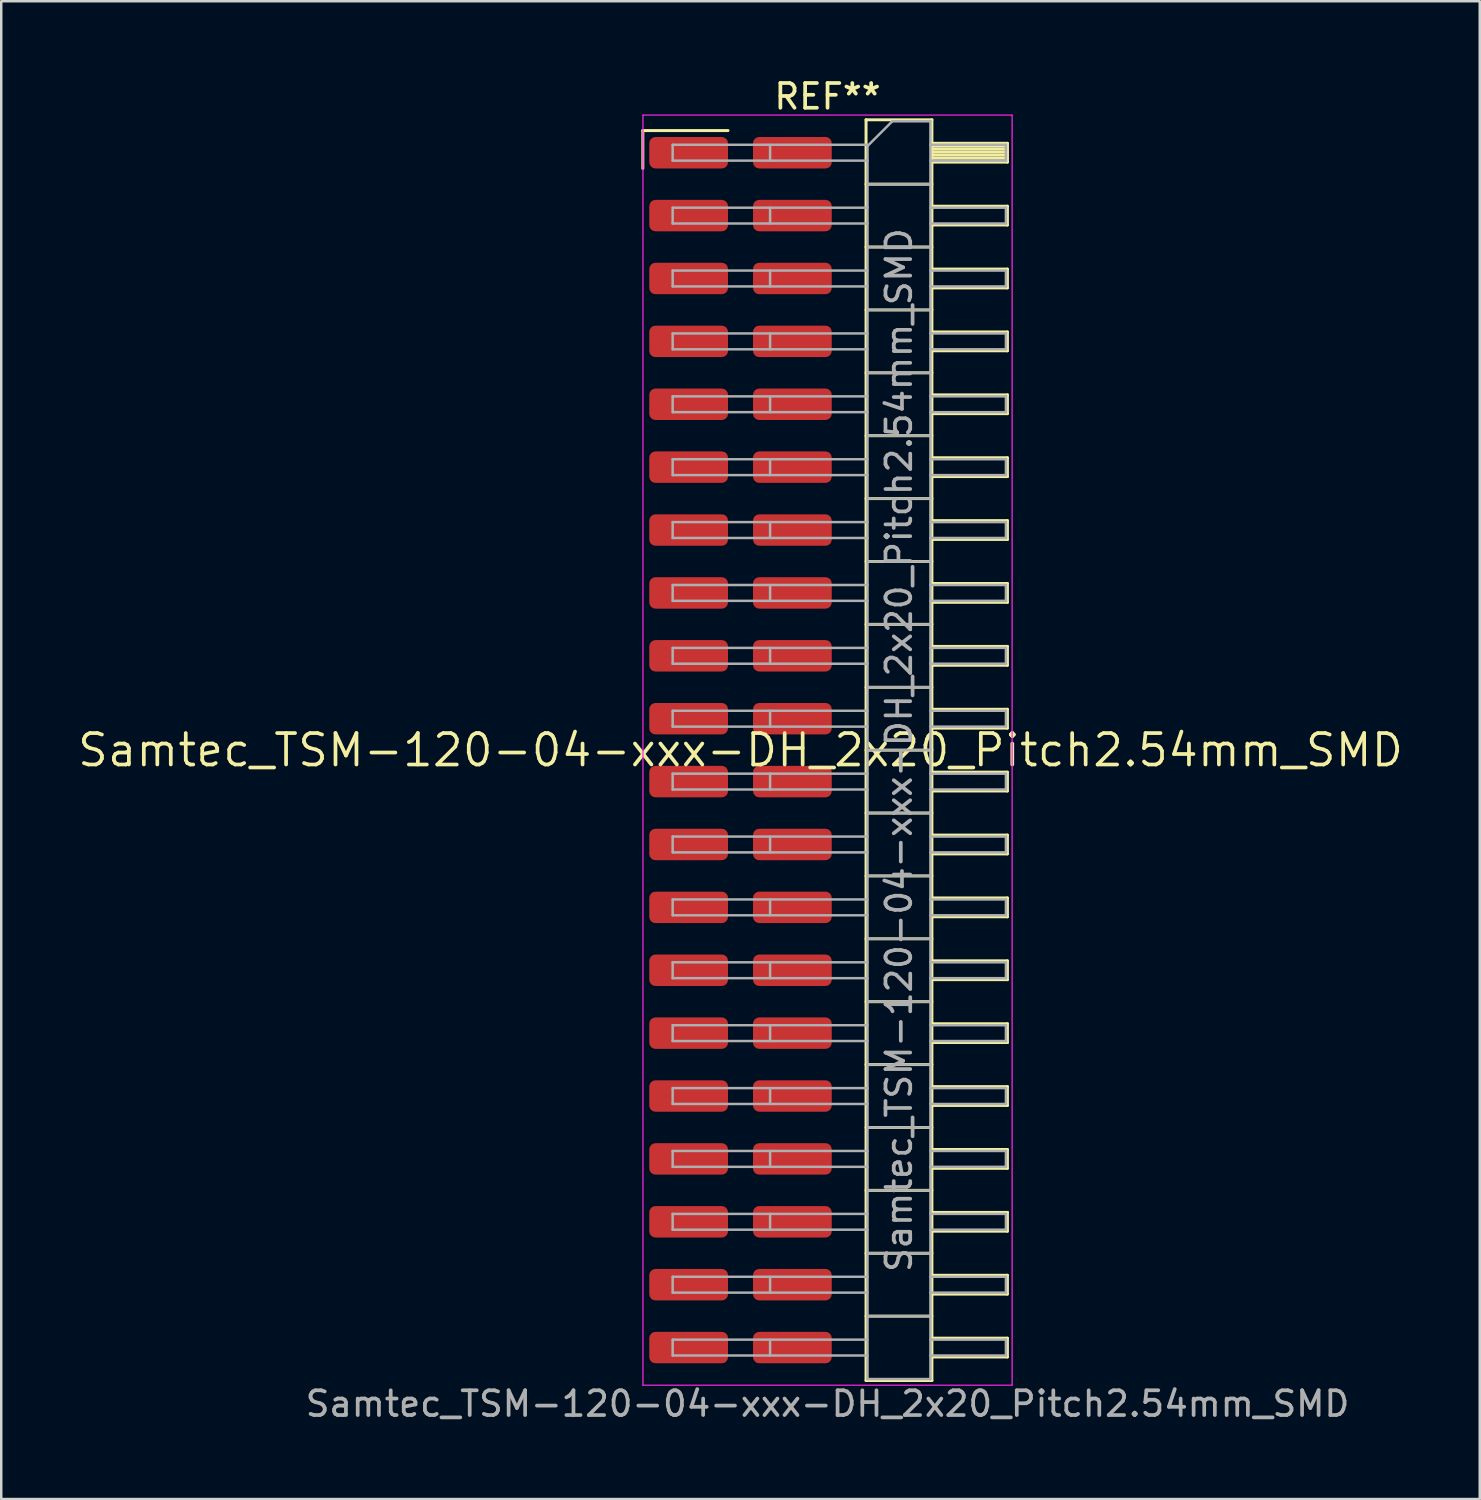
<source format=kicad_pcb>
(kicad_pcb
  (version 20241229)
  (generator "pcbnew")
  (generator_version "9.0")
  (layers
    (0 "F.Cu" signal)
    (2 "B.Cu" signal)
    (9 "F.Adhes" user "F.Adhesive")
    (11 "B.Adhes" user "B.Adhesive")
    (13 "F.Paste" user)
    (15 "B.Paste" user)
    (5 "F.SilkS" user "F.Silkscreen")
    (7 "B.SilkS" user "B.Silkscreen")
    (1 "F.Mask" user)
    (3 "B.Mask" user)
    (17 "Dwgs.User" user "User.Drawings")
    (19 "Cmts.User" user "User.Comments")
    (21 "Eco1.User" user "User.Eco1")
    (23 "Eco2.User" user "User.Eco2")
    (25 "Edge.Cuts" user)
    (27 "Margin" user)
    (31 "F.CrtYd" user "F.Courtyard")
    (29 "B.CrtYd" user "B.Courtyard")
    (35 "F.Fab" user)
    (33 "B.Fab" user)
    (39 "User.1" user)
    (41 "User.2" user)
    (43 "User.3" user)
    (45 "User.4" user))
  (footprint "Samtec_TSM-120-04-xxx-DH_2x20_Pitch2.54mm_SMD"
    (layer "F.Cu")
    (at 26.859 27.248)
    (property "Reference" "Samtec_TSM-120-04-xxx-DH_2x20_Pitch2.54mm_SMD" (at 0 0 0) (layer "F.SilkS") (effects (font (size 1.27 1.27) (thickness 0.15))))
    (attr smd)
    (fp_line (start -3.945 -25.025) (end -0.505 -25.025) (stroke (width 0.12) (type solid)) (layer "F.SilkS"))
    (fp_line (start -3.945 -23.495) (end -3.945 -25.025) (stroke (width 0.12) (type solid)) (layer "F.SilkS"))
    (fp_line (start 5.07 -25.46) (end 7.73 -25.46) (stroke (width 0.12) (type solid)) (layer "F.SilkS"))
    (fp_line (start 5.07 -22.86) (end 7.73 -22.86) (stroke (width 0.12) (type solid)) (layer "F.SilkS"))
    (fp_line (start 5.07 -20.32) (end 7.73 -20.32) (stroke (width 0.12) (type solid)) (layer "F.SilkS"))
    (fp_line (start 5.07 -17.78) (end 7.73 -17.78) (stroke (width 0.12) (type solid)) (layer "F.SilkS"))
    (fp_line (start 5.07 -15.24) (end 7.73 -15.24) (stroke (width 0.12) (type solid)) (layer "F.SilkS"))
    (fp_line (start 5.07 -12.7) (end 7.73 -12.7) (stroke (width 0.12) (type solid)) (layer "F.SilkS"))
    (fp_line (start 5.07 -10.16) (end 7.73 -10.16) (stroke (width 0.12) (type solid)) (layer "F.SilkS"))
    (fp_line (start 5.07 -7.62) (end 7.73 -7.62) (stroke (width 0.12) (type solid)) (layer "F.SilkS"))
    (fp_line (start 5.07 -5.08) (end 7.73 -5.08) (stroke (width 0.12) (type solid)) (layer "F.SilkS"))
    (fp_line (start 5.07 -2.54) (end 7.73 -2.54) (stroke (width 0.12) (type solid)) (layer "F.SilkS"))
    (fp_line (start 5.07 0) (end 7.73 0) (stroke (width 0.12) (type solid)) (layer "F.SilkS"))
    (fp_line (start 5.07 2.54) (end 7.73 2.54) (stroke (width 0.12) (type solid)) (layer "F.SilkS"))
    (fp_line (start 5.07 5.08) (end 7.73 5.08) (stroke (width 0.12) (type solid)) (layer "F.SilkS"))
    (fp_line (start 5.07 7.62) (end 7.73 7.62) (stroke (width 0.12) (type solid)) (layer "F.SilkS"))
    (fp_line (start 5.07 10.16) (end 7.73 10.16) (stroke (width 0.12) (type solid)) (layer "F.SilkS"))
    (fp_line (start 5.07 12.7) (end 7.73 12.7) (stroke (width 0.12) (type solid)) (layer "F.SilkS"))
    (fp_line (start 5.07 15.24) (end 7.73 15.24) (stroke (width 0.12) (type solid)) (layer "F.SilkS"))
    (fp_line (start 5.07 17.78) (end 7.73 17.78) (stroke (width 0.12) (type solid)) (layer "F.SilkS"))
    (fp_line (start 5.07 20.32) (end 7.73 20.32) (stroke (width 0.12) (type solid)) (layer "F.SilkS"))
    (fp_line (start 5.07 22.86) (end 7.73 22.86) (stroke (width 0.12) (type solid)) (layer "F.SilkS"))
    (fp_line (start 5.07 25.46) (end 5.07 -25.46) (stroke (width 0.12) (type solid)) (layer "F.SilkS"))
    (fp_line (start 7.73 -25.46) (end 7.73 25.46) (stroke (width 0.12) (type solid)) (layer "F.SilkS"))
    (fp_line (start 7.73 -24.51) (end 10.78 -24.51) (stroke (width 0.12) (type solid)) (layer "F.SilkS"))
    (fp_line (start 7.73 -24.39) (end 10.78 -24.39) (stroke (width 0.12) (type solid)) (layer "F.SilkS"))
    (fp_line (start 7.73 -24.27) (end 10.78 -24.27) (stroke (width 0.12) (type solid)) (layer "F.SilkS"))
    (fp_line (start 7.73 -24.15) (end 10.78 -24.15) (stroke (width 0.12) (type solid)) (layer "F.SilkS"))
    (fp_line (start 7.73 -24.03) (end 10.78 -24.03) (stroke (width 0.12) (type solid)) (layer "F.SilkS"))
    (fp_line (start 7.73 -23.91) (end 10.78 -23.91) (stroke (width 0.12) (type solid)) (layer "F.SilkS"))
    (fp_line (start 7.73 -23.79) (end 10.78 -23.79) (stroke (width 0.12) (type solid)) (layer "F.SilkS"))
    (fp_line (start 7.73 -23.75) (end 10.78 -23.75) (stroke (width 0.12) (type solid)) (layer "F.SilkS"))
    (fp_line (start 7.73 -21.97) (end 10.78 -21.97) (stroke (width 0.12) (type solid)) (layer "F.SilkS"))
    (fp_line (start 7.73 -21.21) (end 10.78 -21.21) (stroke (width 0.12) (type solid)) (layer "F.SilkS"))
    (fp_line (start 7.73 -19.43) (end 10.78 -19.43) (stroke (width 0.12) (type solid)) (layer "F.SilkS"))
    (fp_line (start 7.73 -18.67) (end 10.78 -18.67) (stroke (width 0.12) (type solid)) (layer "F.SilkS"))
    (fp_line (start 7.73 -16.89) (end 10.78 -16.89) (stroke (width 0.12) (type solid)) (layer "F.SilkS"))
    (fp_line (start 7.73 -16.13) (end 10.78 -16.13) (stroke (width 0.12) (type solid)) (layer "F.SilkS"))
    (fp_line (start 7.73 -14.35) (end 10.78 -14.35) (stroke (width 0.12) (type solid)) (layer "F.SilkS"))
    (fp_line (start 7.73 -13.59) (end 10.78 -13.59) (stroke (width 0.12) (type solid)) (layer "F.SilkS"))
    (fp_line (start 7.73 -11.81) (end 10.78 -11.81) (stroke (width 0.12) (type solid)) (layer "F.SilkS"))
    (fp_line (start 7.73 -11.05) (end 10.78 -11.05) (stroke (width 0.12) (type solid)) (layer "F.SilkS"))
    (fp_line (start 7.73 -9.27) (end 10.78 -9.27) (stroke (width 0.12) (type solid)) (layer "F.SilkS"))
    (fp_line (start 7.73 -8.51) (end 10.78 -8.51) (stroke (width 0.12) (type solid)) (layer "F.SilkS"))
    (fp_line (start 7.73 -6.73) (end 10.78 -6.73) (stroke (width 0.12) (type solid)) (layer "F.SilkS"))
    (fp_line (start 7.73 -5.97) (end 10.78 -5.97) (stroke (width 0.12) (type solid)) (layer "F.SilkS"))
    (fp_line (start 7.73 -4.19) (end 10.78 -4.19) (stroke (width 0.12) (type solid)) (layer "F.SilkS"))
    (fp_line (start 7.73 -3.43) (end 10.78 -3.43) (stroke (width 0.12) (type solid)) (layer "F.SilkS"))
    (fp_line (start 7.73 -1.65) (end 10.78 -1.65) (stroke (width 0.12) (type solid)) (layer "F.SilkS"))
    (fp_line (start 7.73 -0.89) (end 10.78 -0.89) (stroke (width 0.12) (type solid)) (layer "F.SilkS"))
    (fp_line (start 7.73 0.89) (end 10.78 0.89) (stroke (width 0.12) (type solid)) (layer "F.SilkS"))
    (fp_line (start 7.73 1.65) (end 10.78 1.65) (stroke (width 0.12) (type solid)) (layer "F.SilkS"))
    (fp_line (start 7.73 3.43) (end 10.78 3.43) (stroke (width 0.12) (type solid)) (layer "F.SilkS"))
    (fp_line (start 7.73 4.19) (end 10.78 4.19) (stroke (width 0.12) (type solid)) (layer "F.SilkS"))
    (fp_line (start 7.73 5.97) (end 10.78 5.97) (stroke (width 0.12) (type solid)) (layer "F.SilkS"))
    (fp_line (start 7.73 6.73) (end 10.78 6.73) (stroke (width 0.12) (type solid)) (layer "F.SilkS"))
    (fp_line (start 7.73 8.51) (end 10.78 8.51) (stroke (width 0.12) (type solid)) (layer "F.SilkS"))
    (fp_line (start 7.73 9.27) (end 10.78 9.27) (stroke (width 0.12) (type solid)) (layer "F.SilkS"))
    (fp_line (start 7.73 11.05) (end 10.78 11.05) (stroke (width 0.12) (type solid)) (layer "F.SilkS"))
    (fp_line (start 7.73 11.81) (end 10.78 11.81) (stroke (width 0.12) (type solid)) (layer "F.SilkS"))
    (fp_line (start 7.73 13.59) (end 10.78 13.59) (stroke (width 0.12) (type solid)) (layer "F.SilkS"))
    (fp_line (start 7.73 14.35) (end 10.78 14.35) (stroke (width 0.12) (type solid)) (layer "F.SilkS"))
    (fp_line (start 7.73 16.13) (end 10.78 16.13) (stroke (width 0.12) (type solid)) (layer "F.SilkS"))
    (fp_line (start 7.73 16.89) (end 10.78 16.89) (stroke (width 0.12) (type solid)) (layer "F.SilkS"))
    (fp_line (start 7.73 18.67) (end 10.78 18.67) (stroke (width 0.12) (type solid)) (layer "F.SilkS"))
    (fp_line (start 7.73 19.43) (end 10.78 19.43) (stroke (width 0.12) (type solid)) (layer "F.SilkS"))
    (fp_line (start 7.73 21.21) (end 10.78 21.21) (stroke (width 0.12) (type solid)) (layer "F.SilkS"))
    (fp_line (start 7.73 21.97) (end 10.78 21.97) (stroke (width 0.12) (type solid)) (layer "F.SilkS"))
    (fp_line (start 7.73 23.75) (end 10.78 23.75) (stroke (width 0.12) (type solid)) (layer "F.SilkS"))
    (fp_line (start 7.73 24.51) (end 10.78 24.51) (stroke (width 0.12) (type solid)) (layer "F.SilkS"))
    (fp_line (start 7.73 25.46) (end 5.07 25.46) (stroke (width 0.12) (type solid)) (layer "F.SilkS"))
    (fp_line (start 10.78 -24.51) (end 10.78 -23.75) (stroke (width 0.12) (type solid)) (layer "F.SilkS"))
    (fp_line (start 10.78 -21.97) (end 10.78 -21.21) (stroke (width 0.12) (type solid)) (layer "F.SilkS"))
    (fp_line (start 10.78 -19.43) (end 10.78 -18.67) (stroke (width 0.12) (type solid)) (layer "F.SilkS"))
    (fp_line (start 10.78 -16.89) (end 10.78 -16.13) (stroke (width 0.12) (type solid)) (layer "F.SilkS"))
    (fp_line (start 10.78 -14.35) (end 10.78 -13.59) (stroke (width 0.12) (type solid)) (layer "F.SilkS"))
    (fp_line (start 10.78 -11.81) (end 10.78 -11.05) (stroke (width 0.12) (type solid)) (layer "F.SilkS"))
    (fp_line (start 10.78 -9.27) (end 10.78 -8.51) (stroke (width 0.12) (type solid)) (layer "F.SilkS"))
    (fp_line (start 10.78 -6.73) (end 10.78 -5.97) (stroke (width 0.12) (type solid)) (layer "F.SilkS"))
    (fp_line (start 10.78 -4.19) (end 10.78 -3.43) (stroke (width 0.12) (type solid)) (layer "F.SilkS"))
    (fp_line (start 10.78 -1.65) (end 10.78 -0.89) (stroke (width 0.12) (type solid)) (layer "F.SilkS"))
    (fp_line (start 10.78 0.89) (end 10.78 1.65) (stroke (width 0.12) (type solid)) (layer "F.SilkS"))
    (fp_line (start 10.78 3.43) (end 10.78 4.19) (stroke (width 0.12) (type solid)) (layer "F.SilkS"))
    (fp_line (start 10.78 5.97) (end 10.78 6.73) (stroke (width 0.12) (type solid)) (layer "F.SilkS"))
    (fp_line (start 10.78 8.51) (end 10.78 9.27) (stroke (width 0.12) (type solid)) (layer "F.SilkS"))
    (fp_line (start 10.78 11.05) (end 10.78 11.81) (stroke (width 0.12) (type solid)) (layer "F.SilkS"))
    (fp_line (start 10.78 13.59) (end 10.78 14.35) (stroke (width 0.12) (type solid)) (layer "F.SilkS"))
    (fp_line (start 10.78 16.13) (end 10.78 16.89) (stroke (width 0.12) (type solid)) (layer "F.SilkS"))
    (fp_line (start 10.78 18.67) (end 10.78 19.43) (stroke (width 0.12) (type solid)) (layer "F.SilkS"))
    (fp_line (start 10.78 21.21) (end 10.78 21.97) (stroke (width 0.12) (type solid)) (layer "F.SilkS"))
    (fp_line (start 10.78 23.75) (end 10.78 24.51) (stroke (width 0.12) (type solid)) (layer "F.SilkS"))
    (fp_line (start -3.94 -25.65) (end 10.97 -25.65) (stroke (width 0.05) (type solid)) (layer "F.CrtYd"))
    (fp_line (start -3.94 25.65) (end -3.94 -25.65) (stroke (width 0.05) (type solid)) (layer "F.CrtYd"))
    (fp_line (start 10.97 -25.65) (end 10.97 25.65) (stroke (width 0.05) (type solid)) (layer "F.CrtYd"))
    (fp_line (start 10.97 25.65) (end -3.94 25.65) (stroke (width 0.05) (type solid)) (layer "F.CrtYd"))
    (fp_line (start -2.74 -24.45) (end -2.74 -23.81) (stroke (width 0.1) (type solid)) (layer "F.Fab"))
    (fp_line (start -2.74 -24.45) (end 5.13 -24.45) (stroke (width 0.1) (type solid)) (layer "F.Fab"))
    (fp_line (start -2.74 -23.81) (end 5.13 -23.81) (stroke (width 0.1) (type solid)) (layer "F.Fab"))
    (fp_line (start -2.74 -21.91) (end -2.74 -21.27) (stroke (width 0.1) (type solid)) (layer "F.Fab"))
    (fp_line (start -2.74 -21.91) (end 5.13 -21.91) (stroke (width 0.1) (type solid)) (layer "F.Fab"))
    (fp_line (start -2.74 -21.27) (end 5.13 -21.27) (stroke (width 0.1) (type solid)) (layer "F.Fab"))
    (fp_line (start -2.74 -19.37) (end -2.74 -18.73) (stroke (width 0.1) (type solid)) (layer "F.Fab"))
    (fp_line (start -2.74 -19.37) (end 5.13 -19.37) (stroke (width 0.1) (type solid)) (layer "F.Fab"))
    (fp_line (start -2.74 -18.73) (end 5.13 -18.73) (stroke (width 0.1) (type solid)) (layer "F.Fab"))
    (fp_line (start -2.74 -16.83) (end -2.74 -16.19) (stroke (width 0.1) (type solid)) (layer "F.Fab"))
    (fp_line (start -2.74 -16.83) (end 5.13 -16.83) (stroke (width 0.1) (type solid)) (layer "F.Fab"))
    (fp_line (start -2.74 -16.19) (end 5.13 -16.19) (stroke (width 0.1) (type solid)) (layer "F.Fab"))
    (fp_line (start -2.74 -14.29) (end -2.74 -13.65) (stroke (width 0.1) (type solid)) (layer "F.Fab"))
    (fp_line (start -2.74 -14.29) (end 5.13 -14.29) (stroke (width 0.1) (type solid)) (layer "F.Fab"))
    (fp_line (start -2.74 -13.65) (end 5.13 -13.65) (stroke (width 0.1) (type solid)) (layer "F.Fab"))
    (fp_line (start -2.74 -11.75) (end -2.74 -11.11) (stroke (width 0.1) (type solid)) (layer "F.Fab"))
    (fp_line (start -2.74 -11.75) (end 5.13 -11.75) (stroke (width 0.1) (type solid)) (layer "F.Fab"))
    (fp_line (start -2.74 -11.11) (end 5.13 -11.11) (stroke (width 0.1) (type solid)) (layer "F.Fab"))
    (fp_line (start -2.74 -9.21) (end -2.74 -8.57) (stroke (width 0.1) (type solid)) (layer "F.Fab"))
    (fp_line (start -2.74 -9.21) (end 5.13 -9.21) (stroke (width 0.1) (type solid)) (layer "F.Fab"))
    (fp_line (start -2.74 -8.57) (end 5.13 -8.57) (stroke (width 0.1) (type solid)) (layer "F.Fab"))
    (fp_line (start -2.74 -6.67) (end -2.74 -6.03) (stroke (width 0.1) (type solid)) (layer "F.Fab"))
    (fp_line (start -2.74 -6.67) (end 5.13 -6.67) (stroke (width 0.1) (type solid)) (layer "F.Fab"))
    (fp_line (start -2.74 -6.03) (end 5.13 -6.03) (stroke (width 0.1) (type solid)) (layer "F.Fab"))
    (fp_line (start -2.74 -4.13) (end -2.74 -3.49) (stroke (width 0.1) (type solid)) (layer "F.Fab"))
    (fp_line (start -2.74 -4.13) (end 5.13 -4.13) (stroke (width 0.1) (type solid)) (layer "F.Fab"))
    (fp_line (start -2.74 -3.49) (end 5.13 -3.49) (stroke (width 0.1) (type solid)) (layer "F.Fab"))
    (fp_line (start -2.74 -1.59) (end -2.74 -0.95) (stroke (width 0.1) (type solid)) (layer "F.Fab"))
    (fp_line (start -2.74 -1.59) (end 5.13 -1.59) (stroke (width 0.1) (type solid)) (layer "F.Fab"))
    (fp_line (start -2.74 -0.95) (end 5.13 -0.95) (stroke (width 0.1) (type solid)) (layer "F.Fab"))
    (fp_line (start -2.74 0.95) (end -2.74 1.59) (stroke (width 0.1) (type solid)) (layer "F.Fab"))
    (fp_line (start -2.74 0.95) (end 5.13 0.95) (stroke (width 0.1) (type solid)) (layer "F.Fab"))
    (fp_line (start -2.74 1.59) (end 5.13 1.59) (stroke (width 0.1) (type solid)) (layer "F.Fab"))
    (fp_line (start -2.74 3.49) (end -2.74 4.13) (stroke (width 0.1) (type solid)) (layer "F.Fab"))
    (fp_line (start -2.74 3.49) (end 5.13 3.49) (stroke (width 0.1) (type solid)) (layer "F.Fab"))
    (fp_line (start -2.74 4.13) (end 5.13 4.13) (stroke (width 0.1) (type solid)) (layer "F.Fab"))
    (fp_line (start -2.74 6.03) (end -2.74 6.67) (stroke (width 0.1) (type solid)) (layer "F.Fab"))
    (fp_line (start -2.74 6.03) (end 5.13 6.03) (stroke (width 0.1) (type solid)) (layer "F.Fab"))
    (fp_line (start -2.74 6.67) (end 5.13 6.67) (stroke (width 0.1) (type solid)) (layer "F.Fab"))
    (fp_line (start -2.74 8.57) (end -2.74 9.21) (stroke (width 0.1) (type solid)) (layer "F.Fab"))
    (fp_line (start -2.74 8.57) (end 5.13 8.57) (stroke (width 0.1) (type solid)) (layer "F.Fab"))
    (fp_line (start -2.74 9.21) (end 5.13 9.21) (stroke (width 0.1) (type solid)) (layer "F.Fab"))
    (fp_line (start -2.74 11.11) (end -2.74 11.75) (stroke (width 0.1) (type solid)) (layer "F.Fab"))
    (fp_line (start -2.74 11.11) (end 5.13 11.11) (stroke (width 0.1) (type solid)) (layer "F.Fab"))
    (fp_line (start -2.74 11.75) (end 5.13 11.75) (stroke (width 0.1) (type solid)) (layer "F.Fab"))
    (fp_line (start -2.74 13.65) (end -2.74 14.29) (stroke (width 0.1) (type solid)) (layer "F.Fab"))
    (fp_line (start -2.74 13.65) (end 5.13 13.65) (stroke (width 0.1) (type solid)) (layer "F.Fab"))
    (fp_line (start -2.74 14.29) (end 5.13 14.29) (stroke (width 0.1) (type solid)) (layer "F.Fab"))
    (fp_line (start -2.74 16.19) (end -2.74 16.83) (stroke (width 0.1) (type solid)) (layer "F.Fab"))
    (fp_line (start -2.74 16.19) (end 5.13 16.19) (stroke (width 0.1) (type solid)) (layer "F.Fab"))
    (fp_line (start -2.74 16.83) (end 5.13 16.83) (stroke (width 0.1) (type solid)) (layer "F.Fab"))
    (fp_line (start -2.74 18.73) (end -2.74 19.37) (stroke (width 0.1) (type solid)) (layer "F.Fab"))
    (fp_line (start -2.74 18.73) (end 5.13 18.73) (stroke (width 0.1) (type solid)) (layer "F.Fab"))
    (fp_line (start -2.74 19.37) (end 5.13 19.37) (stroke (width 0.1) (type solid)) (layer "F.Fab"))
    (fp_line (start -2.74 21.27) (end -2.74 21.91) (stroke (width 0.1) (type solid)) (layer "F.Fab"))
    (fp_line (start -2.74 21.27) (end 5.13 21.27) (stroke (width 0.1) (type solid)) (layer "F.Fab"))
    (fp_line (start -2.74 21.91) (end 5.13 21.91) (stroke (width 0.1) (type solid)) (layer "F.Fab"))
    (fp_line (start -2.74 23.81) (end -2.74 24.45) (stroke (width 0.1) (type solid)) (layer "F.Fab"))
    (fp_line (start -2.74 23.81) (end 5.13 23.81) (stroke (width 0.1) (type solid)) (layer "F.Fab"))
    (fp_line (start -2.74 24.45) (end 5.13 24.45) (stroke (width 0.1) (type solid)) (layer "F.Fab"))
    (fp_line (start 1.195 -24.45) (end 1.195 -23.81) (stroke (width 0.1) (type solid)) (layer "F.Fab"))
    (fp_line (start 1.195 -21.91) (end 1.195 -21.27) (stroke (width 0.1) (type solid)) (layer "F.Fab"))
    (fp_line (start 1.195 -19.37) (end 1.195 -18.73) (stroke (width 0.1) (type solid)) (layer "F.Fab"))
    (fp_line (start 1.195 -16.83) (end 1.195 -16.19) (stroke (width 0.1) (type solid)) (layer "F.Fab"))
    (fp_line (start 1.195 -14.29) (end 1.195 -13.65) (stroke (width 0.1) (type solid)) (layer "F.Fab"))
    (fp_line (start 1.195 -11.75) (end 1.195 -11.11) (stroke (width 0.1) (type solid)) (layer "F.Fab"))
    (fp_line (start 1.195 -9.21) (end 1.195 -8.57) (stroke (width 0.1) (type solid)) (layer "F.Fab"))
    (fp_line (start 1.195 -6.67) (end 1.195 -6.03) (stroke (width 0.1) (type solid)) (layer "F.Fab"))
    (fp_line (start 1.195 -4.13) (end 1.195 -3.49) (stroke (width 0.1) (type solid)) (layer "F.Fab"))
    (fp_line (start 1.195 -1.59) (end 1.195 -0.95) (stroke (width 0.1) (type solid)) (layer "F.Fab"))
    (fp_line (start 1.195 0.95) (end 1.195 1.59) (stroke (width 0.1) (type solid)) (layer "F.Fab"))
    (fp_line (start 1.195 3.49) (end 1.195 4.13) (stroke (width 0.1) (type solid)) (layer "F.Fab"))
    (fp_line (start 1.195 6.03) (end 1.195 6.67) (stroke (width 0.1) (type solid)) (layer "F.Fab"))
    (fp_line (start 1.195 8.57) (end 1.195 9.21) (stroke (width 0.1) (type solid)) (layer "F.Fab"))
    (fp_line (start 1.195 11.11) (end 1.195 11.75) (stroke (width 0.1) (type solid)) (layer "F.Fab"))
    (fp_line (start 1.195 13.65) (end 1.195 14.29) (stroke (width 0.1) (type solid)) (layer "F.Fab"))
    (fp_line (start 1.195 16.19) (end 1.195 16.83) (stroke (width 0.1) (type solid)) (layer "F.Fab"))
    (fp_line (start 1.195 18.73) (end 1.195 19.37) (stroke (width 0.1) (type solid)) (layer "F.Fab"))
    (fp_line (start 1.195 21.27) (end 1.195 21.91) (stroke (width 0.1) (type solid)) (layer "F.Fab"))
    (fp_line (start 1.195 23.81) (end 1.195 24.45) (stroke (width 0.1) (type solid)) (layer "F.Fab"))
    (fp_line (start 5.13 -24.4) (end 6.13 -25.4) (stroke (width 0.1) (type solid)) (layer "F.Fab"))
    (fp_line (start 5.13 -22.86) (end 7.67 -22.86) (stroke (width 0.1) (type solid)) (layer "F.Fab"))
    (fp_line (start 5.13 -20.32) (end 7.67 -20.32) (stroke (width 0.1) (type solid)) (layer "F.Fab"))
    (fp_line (start 5.13 -17.78) (end 7.67 -17.78) (stroke (width 0.1) (type solid)) (layer "F.Fab"))
    (fp_line (start 5.13 -15.24) (end 7.67 -15.24) (stroke (width 0.1) (type solid)) (layer "F.Fab"))
    (fp_line (start 5.13 -12.7) (end 7.67 -12.7) (stroke (width 0.1) (type solid)) (layer "F.Fab"))
    (fp_line (start 5.13 -10.16) (end 7.67 -10.16) (stroke (width 0.1) (type solid)) (layer "F.Fab"))
    (fp_line (start 5.13 -7.62) (end 7.67 -7.62) (stroke (width 0.1) (type solid)) (layer "F.Fab"))
    (fp_line (start 5.13 -5.08) (end 7.67 -5.08) (stroke (width 0.1) (type solid)) (layer "F.Fab"))
    (fp_line (start 5.13 -2.54) (end 7.67 -2.54) (stroke (width 0.1) (type solid)) (layer "F.Fab"))
    (fp_line (start 5.13 0) (end 7.67 0) (stroke (width 0.1) (type solid)) (layer "F.Fab"))
    (fp_line (start 5.13 2.54) (end 7.67 2.54) (stroke (width 0.1) (type solid)) (layer "F.Fab"))
    (fp_line (start 5.13 5.08) (end 7.67 5.08) (stroke (width 0.1) (type solid)) (layer "F.Fab"))
    (fp_line (start 5.13 7.62) (end 7.67 7.62) (stroke (width 0.1) (type solid)) (layer "F.Fab"))
    (fp_line (start 5.13 10.16) (end 7.67 10.16) (stroke (width 0.1) (type solid)) (layer "F.Fab"))
    (fp_line (start 5.13 12.7) (end 7.67 12.7) (stroke (width 0.1) (type solid)) (layer "F.Fab"))
    (fp_line (start 5.13 15.24) (end 7.67 15.24) (stroke (width 0.1) (type solid)) (layer "F.Fab"))
    (fp_line (start 5.13 17.78) (end 7.67 17.78) (stroke (width 0.1) (type solid)) (layer "F.Fab"))
    (fp_line (start 5.13 20.32) (end 7.67 20.32) (stroke (width 0.1) (type solid)) (layer "F.Fab"))
    (fp_line (start 5.13 22.86) (end 7.67 22.86) (stroke (width 0.1) (type solid)) (layer "F.Fab"))
    (fp_line (start 5.13 25.4) (end 5.13 -24.4) (stroke (width 0.1) (type solid)) (layer "F.Fab"))
    (fp_line (start 6.13 -25.4) (end 7.67 -25.4) (stroke (width 0.1) (type solid)) (layer "F.Fab"))
    (fp_line (start 7.67 -25.4) (end 7.67 25.4) (stroke (width 0.1) (type solid)) (layer "F.Fab"))
    (fp_line (start 7.67 -24.45) (end 10.72 -24.45) (stroke (width 0.1) (type solid)) (layer "F.Fab"))
    (fp_line (start 7.67 -23.81) (end 10.72 -23.81) (stroke (width 0.1) (type solid)) (layer "F.Fab"))
    (fp_line (start 7.67 -21.91) (end 10.72 -21.91) (stroke (width 0.1) (type solid)) (layer "F.Fab"))
    (fp_line (start 7.67 -21.27) (end 10.72 -21.27) (stroke (width 0.1) (type solid)) (layer "F.Fab"))
    (fp_line (start 7.67 -19.37) (end 10.72 -19.37) (stroke (width 0.1) (type solid)) (layer "F.Fab"))
    (fp_line (start 7.67 -18.73) (end 10.72 -18.73) (stroke (width 0.1) (type solid)) (layer "F.Fab"))
    (fp_line (start 7.67 -16.83) (end 10.72 -16.83) (stroke (width 0.1) (type solid)) (layer "F.Fab"))
    (fp_line (start 7.67 -16.19) (end 10.72 -16.19) (stroke (width 0.1) (type solid)) (layer "F.Fab"))
    (fp_line (start 7.67 -14.29) (end 10.72 -14.29) (stroke (width 0.1) (type solid)) (layer "F.Fab"))
    (fp_line (start 7.67 -13.65) (end 10.72 -13.65) (stroke (width 0.1) (type solid)) (layer "F.Fab"))
    (fp_line (start 7.67 -11.75) (end 10.72 -11.75) (stroke (width 0.1) (type solid)) (layer "F.Fab"))
    (fp_line (start 7.67 -11.11) (end 10.72 -11.11) (stroke (width 0.1) (type solid)) (layer "F.Fab"))
    (fp_line (start 7.67 -9.21) (end 10.72 -9.21) (stroke (width 0.1) (type solid)) (layer "F.Fab"))
    (fp_line (start 7.67 -8.57) (end 10.72 -8.57) (stroke (width 0.1) (type solid)) (layer "F.Fab"))
    (fp_line (start 7.67 -6.67) (end 10.72 -6.67) (stroke (width 0.1) (type solid)) (layer "F.Fab"))
    (fp_line (start 7.67 -6.03) (end 10.72 -6.03) (stroke (width 0.1) (type solid)) (layer "F.Fab"))
    (fp_line (start 7.67 -4.13) (end 10.72 -4.13) (stroke (width 0.1) (type solid)) (layer "F.Fab"))
    (fp_line (start 7.67 -3.49) (end 10.72 -3.49) (stroke (width 0.1) (type solid)) (layer "F.Fab"))
    (fp_line (start 7.67 -1.59) (end 10.72 -1.59) (stroke (width 0.1) (type solid)) (layer "F.Fab"))
    (fp_line (start 7.67 -0.95) (end 10.72 -0.95) (stroke (width 0.1) (type solid)) (layer "F.Fab"))
    (fp_line (start 7.67 0.95) (end 10.72 0.95) (stroke (width 0.1) (type solid)) (layer "F.Fab"))
    (fp_line (start 7.67 1.59) (end 10.72 1.59) (stroke (width 0.1) (type solid)) (layer "F.Fab"))
    (fp_line (start 7.67 3.49) (end 10.72 3.49) (stroke (width 0.1) (type solid)) (layer "F.Fab"))
    (fp_line (start 7.67 4.13) (end 10.72 4.13) (stroke (width 0.1) (type solid)) (layer "F.Fab"))
    (fp_line (start 7.67 6.03) (end 10.72 6.03) (stroke (width 0.1) (type solid)) (layer "F.Fab"))
    (fp_line (start 7.67 6.67) (end 10.72 6.67) (stroke (width 0.1) (type solid)) (layer "F.Fab"))
    (fp_line (start 7.67 8.57) (end 10.72 8.57) (stroke (width 0.1) (type solid)) (layer "F.Fab"))
    (fp_line (start 7.67 9.21) (end 10.72 9.21) (stroke (width 0.1) (type solid)) (layer "F.Fab"))
    (fp_line (start 7.67 11.11) (end 10.72 11.11) (stroke (width 0.1) (type solid)) (layer "F.Fab"))
    (fp_line (start 7.67 11.75) (end 10.72 11.75) (stroke (width 0.1) (type solid)) (layer "F.Fab"))
    (fp_line (start 7.67 13.65) (end 10.72 13.65) (stroke (width 0.1) (type solid)) (layer "F.Fab"))
    (fp_line (start 7.67 14.29) (end 10.72 14.29) (stroke (width 0.1) (type solid)) (layer "F.Fab"))
    (fp_line (start 7.67 16.19) (end 10.72 16.19) (stroke (width 0.1) (type solid)) (layer "F.Fab"))
    (fp_line (start 7.67 16.83) (end 10.72 16.83) (stroke (width 0.1) (type solid)) (layer "F.Fab"))
    (fp_line (start 7.67 18.73) (end 10.72 18.73) (stroke (width 0.1) (type solid)) (layer "F.Fab"))
    (fp_line (start 7.67 19.37) (end 10.72 19.37) (stroke (width 0.1) (type solid)) (layer "F.Fab"))
    (fp_line (start 7.67 21.27) (end 10.72 21.27) (stroke (width 0.1) (type solid)) (layer "F.Fab"))
    (fp_line (start 7.67 21.91) (end 10.72 21.91) (stroke (width 0.1) (type solid)) (layer "F.Fab"))
    (fp_line (start 7.67 23.81) (end 10.72 23.81) (stroke (width 0.1) (type solid)) (layer "F.Fab"))
    (fp_line (start 7.67 24.45) (end 10.72 24.45) (stroke (width 0.1) (type solid)) (layer "F.Fab"))
    (fp_line (start 7.67 25.4) (end 5.13 25.4) (stroke (width 0.1) (type solid)) (layer "F.Fab"))
    (fp_line (start 10.72 -24.45) (end 10.72 -23.81) (stroke (width 0.1) (type solid)) (layer "F.Fab"))
    (fp_line (start 10.72 -21.91) (end 10.72 -21.27) (stroke (width 0.1) (type solid)) (layer "F.Fab"))
    (fp_line (start 10.72 -19.37) (end 10.72 -18.73) (stroke (width 0.1) (type solid)) (layer "F.Fab"))
    (fp_line (start 10.72 -16.83) (end 10.72 -16.19) (stroke (width 0.1) (type solid)) (layer "F.Fab"))
    (fp_line (start 10.72 -14.29) (end 10.72 -13.65) (stroke (width 0.1) (type solid)) (layer "F.Fab"))
    (fp_line (start 10.72 -11.75) (end 10.72 -11.11) (stroke (width 0.1) (type solid)) (layer "F.Fab"))
    (fp_line (start 10.72 -9.21) (end 10.72 -8.57) (stroke (width 0.1) (type solid)) (layer "F.Fab"))
    (fp_line (start 10.72 -6.67) (end 10.72 -6.03) (stroke (width 0.1) (type solid)) (layer "F.Fab"))
    (fp_line (start 10.72 -4.13) (end 10.72 -3.49) (stroke (width 0.1) (type solid)) (layer "F.Fab"))
    (fp_line (start 10.72 -1.59) (end 10.72 -0.95) (stroke (width 0.1) (type solid)) (layer "F.Fab"))
    (fp_line (start 10.72 0.95) (end 10.72 1.59) (stroke (width 0.1) (type solid)) (layer "F.Fab"))
    (fp_line (start 10.72 3.49) (end 10.72 4.13) (stroke (width 0.1) (type solid)) (layer "F.Fab"))
    (fp_line (start 10.72 6.03) (end 10.72 6.67) (stroke (width 0.1) (type solid)) (layer "F.Fab"))
    (fp_line (start 10.72 8.57) (end 10.72 9.21) (stroke (width 0.1) (type solid)) (layer "F.Fab"))
    (fp_line (start 10.72 11.11) (end 10.72 11.75) (stroke (width 0.1) (type solid)) (layer "F.Fab"))
    (fp_line (start 10.72 13.65) (end 10.72 14.29) (stroke (width 0.1) (type solid)) (layer "F.Fab"))
    (fp_line (start 10.72 16.19) (end 10.72 16.83) (stroke (width 0.1) (type solid)) (layer "F.Fab"))
    (fp_line (start 10.72 18.73) (end 10.72 19.37) (stroke (width 0.1) (type solid)) (layer "F.Fab"))
    (fp_line (start 10.72 21.27) (end 10.72 21.91) (stroke (width 0.1) (type solid)) (layer "F.Fab"))
    (fp_line (start 10.72 23.81) (end 10.72 24.45) (stroke (width 0.1) (type solid)) (layer "F.Fab"))
    (fp_text user "REF**" (at 3.515 -26.4 0) (layer "F.SilkS") (effects (font (size 1 1) (thickness 0.15))))
    (fp_text user "Samtec_TSM-120-04-xxx-DH_2x20_Pitch2.54mm_SMD" (at 3.515 26.4 0) (layer "F.Fab") (effects (font (size 1 1) (thickness 0.15))))
    (fp_text user "${REFERENCE}" (at 6.4 0 90) (layer "F.Fab") (effects (font (size 1 1) (thickness 0.15))))
    (pad "1" smd roundrect (at -2.095 -24.13) (size 3.18 1.27) (layers "F.Cu" "F.Mask" "F.Paste") (roundrect_rratio 0.197))
    (pad "2" smd roundrect (at 2.095 -24.13) (size 3.18 1.27) (layers "F.Cu" "F.Mask" "F.Paste") (roundrect_rratio 0.197))
    (pad "3" smd roundrect (at -2.095 -21.59) (size 3.18 1.27) (layers "F.Cu" "F.Mask" "F.Paste") (roundrect_rratio 0.197))
    (pad "4" smd roundrect (at 2.095 -21.59) (size 3.18 1.27) (layers "F.Cu" "F.Mask" "F.Paste") (roundrect_rratio 0.197))
    (pad "5" smd roundrect (at -2.095 -19.05) (size 3.18 1.27) (layers "F.Cu" "F.Mask" "F.Paste") (roundrect_rratio 0.197))
    (pad "6" smd roundrect (at 2.095 -19.05) (size 3.18 1.27) (layers "F.Cu" "F.Mask" "F.Paste") (roundrect_rratio 0.197))
    (pad "7" smd roundrect (at -2.095 -16.51) (size 3.18 1.27) (layers "F.Cu" "F.Mask" "F.Paste") (roundrect_rratio 0.197))
    (pad "8" smd roundrect (at 2.095 -16.51) (size 3.18 1.27) (layers "F.Cu" "F.Mask" "F.Paste") (roundrect_rratio 0.197))
    (pad "9" smd roundrect (at -2.095 -13.97) (size 3.18 1.27) (layers "F.Cu" "F.Mask" "F.Paste") (roundrect_rratio 0.197))
    (pad "10" smd roundrect (at 2.095 -13.97) (size 3.18 1.27) (layers "F.Cu" "F.Mask" "F.Paste") (roundrect_rratio 0.197))
    (pad "11" smd roundrect (at -2.095 -11.43) (size 3.18 1.27) (layers "F.Cu" "F.Mask" "F.Paste") (roundrect_rratio 0.197))
    (pad "12" smd roundrect (at 2.095 -11.43) (size 3.18 1.27) (layers "F.Cu" "F.Mask" "F.Paste") (roundrect_rratio 0.197))
    (pad "13" smd roundrect (at -2.095 -8.89) (size 3.18 1.27) (layers "F.Cu" "F.Mask" "F.Paste") (roundrect_rratio 0.197))
    (pad "14" smd roundrect (at 2.095 -8.89) (size 3.18 1.27) (layers "F.Cu" "F.Mask" "F.Paste") (roundrect_rratio 0.197))
    (pad "15" smd roundrect (at -2.095 -6.35) (size 3.18 1.27) (layers "F.Cu" "F.Mask" "F.Paste") (roundrect_rratio 0.197))
    (pad "16" smd roundrect (at 2.095 -6.35) (size 3.18 1.27) (layers "F.Cu" "F.Mask" "F.Paste") (roundrect_rratio 0.197))
    (pad "17" smd roundrect (at -2.095 -3.81) (size 3.18 1.27) (layers "F.Cu" "F.Mask" "F.Paste") (roundrect_rratio 0.197))
    (pad "18" smd roundrect (at 2.095 -3.81) (size 3.18 1.27) (layers "F.Cu" "F.Mask" "F.Paste") (roundrect_rratio 0.197))
    (pad "19" smd roundrect (at -2.095 -1.27) (size 3.18 1.27) (layers "F.Cu" "F.Mask" "F.Paste") (roundrect_rratio 0.197))
    (pad "20" smd roundrect (at 2.095 -1.27) (size 3.18 1.27) (layers "F.Cu" "F.Mask" "F.Paste") (roundrect_rratio 0.197))
    (pad "21" smd roundrect (at -2.095 1.27) (size 3.18 1.27) (layers "F.Cu" "F.Mask" "F.Paste") (roundrect_rratio 0.197))
    (pad "22" smd roundrect (at 2.095 1.27) (size 3.18 1.27) (layers "F.Cu" "F.Mask" "F.Paste") (roundrect_rratio 0.197))
    (pad "23" smd roundrect (at -2.095 3.81) (size 3.18 1.27) (layers "F.Cu" "F.Mask" "F.Paste") (roundrect_rratio 0.197))
    (pad "24" smd roundrect (at 2.095 3.81) (size 3.18 1.27) (layers "F.Cu" "F.Mask" "F.Paste") (roundrect_rratio 0.197))
    (pad "25" smd roundrect (at -2.095 6.35) (size 3.18 1.27) (layers "F.Cu" "F.Mask" "F.Paste") (roundrect_rratio 0.197))
    (pad "26" smd roundrect (at 2.095 6.35) (size 3.18 1.27) (layers "F.Cu" "F.Mask" "F.Paste") (roundrect_rratio 0.197))
    (pad "27" smd roundrect (at -2.095 8.89) (size 3.18 1.27) (layers "F.Cu" "F.Mask" "F.Paste") (roundrect_rratio 0.197))
    (pad "28" smd roundrect (at 2.095 8.89) (size 3.18 1.27) (layers "F.Cu" "F.Mask" "F.Paste") (roundrect_rratio 0.197))
    (pad "29" smd roundrect (at -2.095 11.43) (size 3.18 1.27) (layers "F.Cu" "F.Mask" "F.Paste") (roundrect_rratio 0.197))
    (pad "30" smd roundrect (at 2.095 11.43) (size 3.18 1.27) (layers "F.Cu" "F.Mask" "F.Paste") (roundrect_rratio 0.197))
    (pad "31" smd roundrect (at -2.095 13.97) (size 3.18 1.27) (layers "F.Cu" "F.Mask" "F.Paste") (roundrect_rratio 0.197))
    (pad "32" smd roundrect (at 2.095 13.97) (size 3.18 1.27) (layers "F.Cu" "F.Mask" "F.Paste") (roundrect_rratio 0.197))
    (pad "33" smd roundrect (at -2.095 16.51) (size 3.18 1.27) (layers "F.Cu" "F.Mask" "F.Paste") (roundrect_rratio 0.197))
    (pad "34" smd roundrect (at 2.095 16.51) (size 3.18 1.27) (layers "F.Cu" "F.Mask" "F.Paste") (roundrect_rratio 0.197))
    (pad "35" smd roundrect (at -2.095 19.05) (size 3.18 1.27) (layers "F.Cu" "F.Mask" "F.Paste") (roundrect_rratio 0.197))
    (pad "36" smd roundrect (at 2.095 19.05) (size 3.18 1.27) (layers "F.Cu" "F.Mask" "F.Paste") (roundrect_rratio 0.197))
    (pad "37" smd roundrect (at -2.095 21.59) (size 3.18 1.27) (layers "F.Cu" "F.Mask" "F.Paste") (roundrect_rratio 0.197))
    (pad "38" smd roundrect (at 2.095 21.59) (size 3.18 1.27) (layers "F.Cu" "F.Mask" "F.Paste") (roundrect_rratio 0.197))
    (pad "39" smd roundrect (at -2.095 24.13) (size 3.18 1.27) (layers "F.Cu" "F.Mask" "F.Paste") (roundrect_rratio 0.197))
    (pad "40" smd roundrect (at 2.095 24.13) (size 3.18 1.27) (layers "F.Cu" "F.Mask" "F.Paste") (roundrect_rratio 0.197)))
  (gr_rect
    (start -3 -3)
    (end 56.717 57.496)
    (stroke (width 0.1) (type default))
    (fill no)
    (layer "Edge.Cuts")))
</source>
